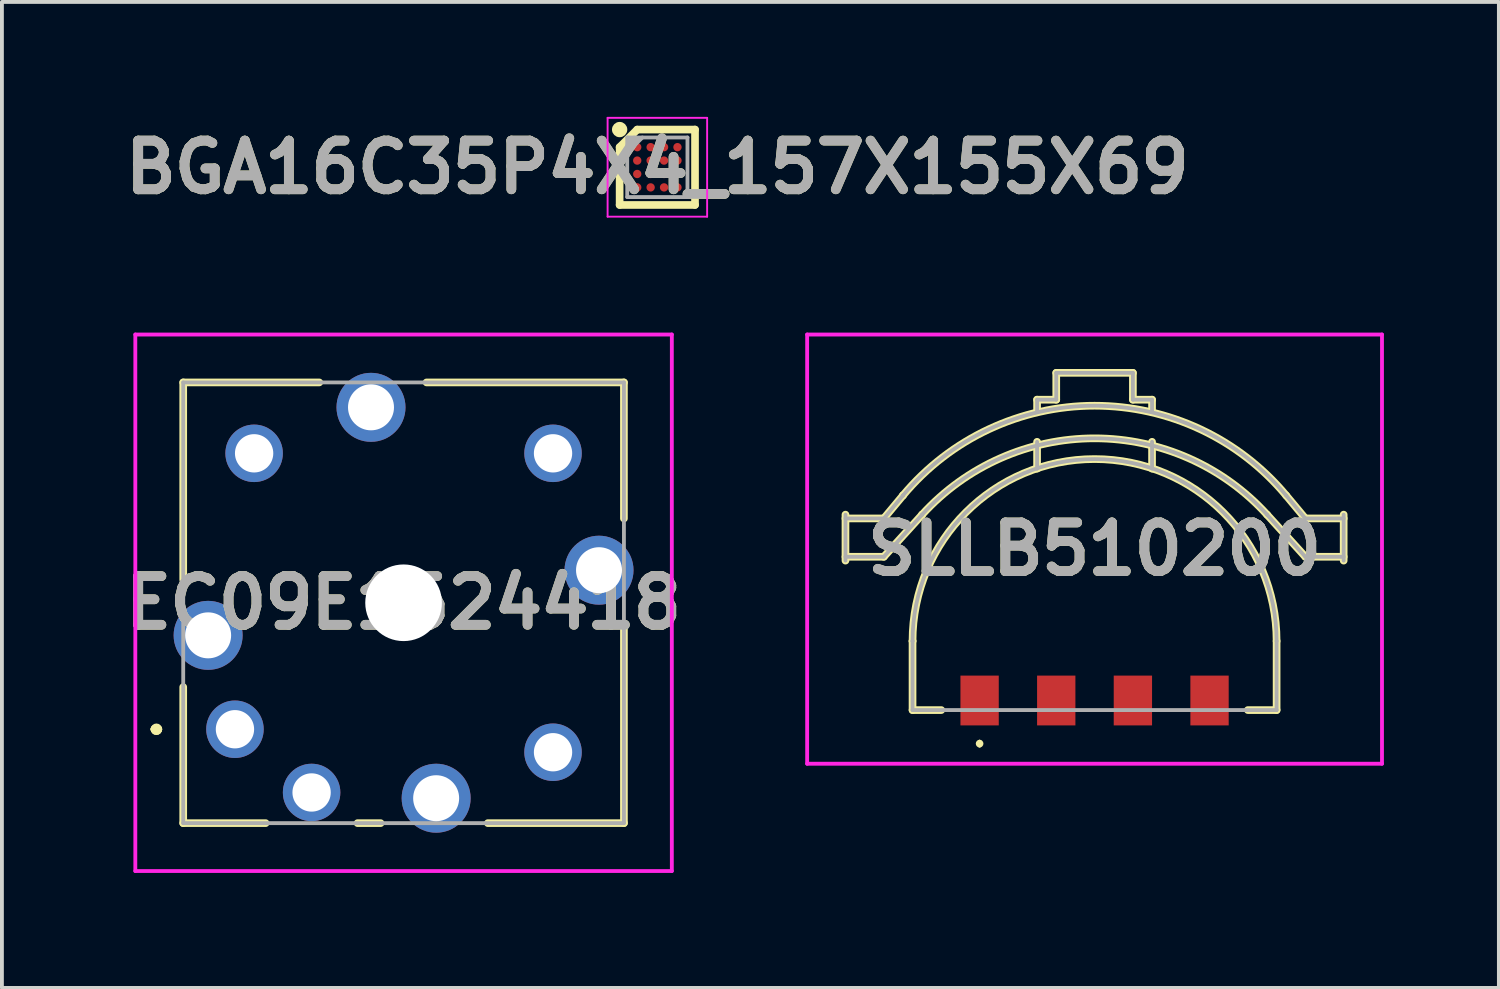
<source format=kicad_pcb>
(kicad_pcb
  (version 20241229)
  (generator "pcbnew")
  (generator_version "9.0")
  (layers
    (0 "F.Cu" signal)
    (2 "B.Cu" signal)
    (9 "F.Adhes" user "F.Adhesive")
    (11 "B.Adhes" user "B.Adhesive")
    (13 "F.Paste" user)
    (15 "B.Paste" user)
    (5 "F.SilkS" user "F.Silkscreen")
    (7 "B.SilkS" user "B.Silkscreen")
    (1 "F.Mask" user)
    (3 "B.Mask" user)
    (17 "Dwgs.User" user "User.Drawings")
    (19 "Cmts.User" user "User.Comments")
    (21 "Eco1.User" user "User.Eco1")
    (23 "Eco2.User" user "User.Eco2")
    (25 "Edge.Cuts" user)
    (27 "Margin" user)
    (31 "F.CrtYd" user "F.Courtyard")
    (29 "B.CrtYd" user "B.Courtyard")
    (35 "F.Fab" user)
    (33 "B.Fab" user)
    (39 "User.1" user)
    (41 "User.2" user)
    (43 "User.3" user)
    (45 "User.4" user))
  (footprint "BGA16C35P4X4_157X155X69"
    (layer "F.Cu")
    (at 14.103 1.315)
    (property "Reference" "BGA16C35P4X4_157X155X69" (at 0 0 0) (layer "F.SilkS") (effects (font (size 1.27 1.27) (thickness 0.254))))
    (attr smd)
    (fp_line (start -0.984 -0.525) (end -0.526 -0.983) (stroke (width 0.2) (type solid)) (layer "F.SilkS"))
    (fp_line (start -0.984 0.983) (end -0.984 -0.525) (stroke (width 0.2) (type solid)) (layer "F.SilkS"))
    (fp_line (start -0.525 -0.984) (end 0.983 -0.984) (stroke (width 0.2) (type solid)) (layer "F.SilkS"))
    (fp_line (start 0.983 -0.984) (end 0.983 0.983) (stroke (width 0.2) (type solid)) (layer "F.SilkS"))
    (fp_line (start 0.983 0.983) (end -0.984 0.983) (stroke (width 0.2) (type solid)) (layer "F.SilkS"))
    (fp_circle (center -0.984 -0.984) (end -0.984 -0.884) (stroke (width 0.2) (type solid)) (fill no) (layer "F.SilkS"))
    (fp_line (start -1.298 -1.29) (end 1.299 -1.29) (stroke (width 0.05) (type solid)) (layer "F.CrtYd"))
    (fp_line (start -1.298 1.289) (end -1.298 -1.29) (stroke (width 0.05) (type solid)) (layer "F.CrtYd"))
    (fp_line (start 1.299 -1.29) (end 1.299 1.289) (stroke (width 0.05) (type solid)) (layer "F.CrtYd"))
    (fp_line (start 1.299 1.289) (end -1.298 1.289) (stroke (width 0.05) (type solid)) (layer "F.CrtYd"))
    (fp_line (start -0.786 -0.777) (end 0.786 -0.777) (stroke (width 0.1) (type solid)) (layer "F.Fab"))
    (fp_line (start -0.786 -0.382) (end -0.391 -0.777) (stroke (width 0.1) (type solid)) (layer "F.Fab"))
    (fp_line (start -0.786 0.777) (end -0.786 -0.777) (stroke (width 0.1) (type solid)) (layer "F.Fab"))
    (fp_line (start 0.786 -0.777) (end 0.786 0.777) (stroke (width 0.1) (type solid)) (layer "F.Fab"))
    (fp_line (start 0.786 0.777) (end -0.786 0.777) (stroke (width 0.1) (type solid)) (layer "F.Fab"))
    (fp_text user "${REFERENCE}" (at 0 0 0) (layer "F.Fab") (effects (font (size 1.27 1.27) (thickness 0.254))))
    (pad "A1" smd circle (at -0.525 -0.525 90) (size 0.217 0.217) (layers "F.Cu" "F.Mask" "F.Paste"))
    (pad "A2" smd circle (at -0.175 -0.525 90) (size 0.217 0.217) (layers "F.Cu" "F.Mask" "F.Paste"))
    (pad "A3" smd circle (at 0.175 -0.525 90) (size 0.217 0.217) (layers "F.Cu" "F.Mask" "F.Paste"))
    (pad "A4" smd circle (at 0.525 -0.525 90) (size 0.217 0.217) (layers "F.Cu" "F.Mask" "F.Paste"))
    (pad "B1" smd circle (at -0.525 -0.175 90) (size 0.217 0.217) (layers "F.Cu" "F.Mask" "F.Paste"))
    (pad "B2" smd circle (at -0.175 -0.175 90) (size 0.217 0.217) (layers "F.Cu" "F.Mask" "F.Paste"))
    (pad "B3" smd circle (at 0.175 -0.175 90) (size 0.217 0.217) (layers "F.Cu" "F.Mask" "F.Paste"))
    (pad "B4" smd circle (at 0.525 -0.175 90) (size 0.217 0.217) (layers "F.Cu" "F.Mask" "F.Paste"))
    (pad "C1" smd circle (at -0.525 0.175 90) (size 0.217 0.217) (layers "F.Cu" "F.Mask" "F.Paste"))
    (pad "C2" smd circle (at -0.175 0.175 90) (size 0.217 0.217) (layers "F.Cu" "F.Mask" "F.Paste"))
    (pad "C3" smd circle (at 0.175 0.175 90) (size 0.217 0.217) (layers "F.Cu" "F.Mask" "F.Paste"))
    (pad "C4" smd circle (at 0.525 0.175 90) (size 0.217 0.217) (layers "F.Cu" "F.Mask" "F.Paste"))
    (pad "D1" smd circle (at -0.525 0.525 90) (size 0.217 0.217) (layers "F.Cu" "F.Mask" "F.Paste"))
    (pad "D2" smd circle (at -0.175 0.525 90) (size 0.217 0.217) (layers "F.Cu" "F.Mask" "F.Paste"))
    (pad "D3" smd circle (at 0.175 0.525 90) (size 0.217 0.217) (layers "F.Cu" "F.Mask" "F.Paste"))
    (pad "D4" smd circle (at 0.525 0.525 90) (size 0.217 0.217) (layers "F.Cu" "F.Mask" "F.Paste")))
  (footprint "EC09E1524418"
    (layer "F.Cu")
    (at 3.081 15.979)
    (property "Reference" "EC09E1524418" (at 4.4 -3.3 0) (layer "F.SilkS") (effects (font (size 1.27 1.27) (thickness 0.254))))
    (attr through_hole)
    (fp_line (start -2.1 0) (end -2.1 0) (stroke (width 0.2) (type solid)) (layer "F.SilkS"))
    (fp_line (start -2.1 0) (end -2.1 0) (stroke (width 0.2) (type solid)) (layer "F.SilkS"))
    (fp_line (start -2 0) (end -2 0) (stroke (width 0.2) (type solid)) (layer "F.SilkS"))
    (fp_line (start -1.35 -9.05) (end 2.2 -9.05) (stroke (width 0.2) (type solid)) (layer "F.SilkS"))
    (fp_line (start -1.35 -3.9) (end -1.35 -9.05) (stroke (width 0.2) (type solid)) (layer "F.SilkS"))
    (fp_line (start -1.35 2.45) (end -1.35 -1.1) (stroke (width 0.2) (type solid)) (layer "F.SilkS"))
    (fp_line (start 0.8 2.45) (end -1.35 2.45) (stroke (width 0.2) (type solid)) (layer "F.SilkS"))
    (fp_line (start 3.8 2.45) (end 3.2 2.45) (stroke (width 0.2) (type solid)) (layer "F.SilkS"))
    (fp_line (start 5 -9.05) (end 10.15 -9.05) (stroke (width 0.2) (type solid)) (layer "F.SilkS"))
    (fp_line (start 10.15 -9.05) (end 10.15 -5.5) (stroke (width 0.2) (type solid)) (layer "F.SilkS"))
    (fp_line (start 10.15 -2.7) (end 10.15 2.45) (stroke (width 0.2) (type solid)) (layer "F.SilkS"))
    (fp_line (start 10.15 2.45) (end 6.6 2.45) (stroke (width 0.2) (type solid)) (layer "F.SilkS"))
    (fp_arc (start -2.1 0) (mid -2.05 -0.05) (end -2 0) (stroke (width 0.2) (type solid)) (layer "F.SilkS"))
    (fp_arc (start -2 0) (mid -2.05 0.05) (end -2.1 0) (stroke (width 0.2) (type solid)) (layer "F.SilkS"))
    (fp_arc (start -2 0) (mid -2.05 0.05) (end -2.1 0) (stroke (width 0.2) (type solid)) (layer "F.SilkS"))
    (fp_line (start -2.6 -10.3) (end 11.4 -10.3) (stroke (width 0.1) (type solid)) (layer "F.CrtYd"))
    (fp_line (start -2.6 3.7) (end -2.6 -10.3) (stroke (width 0.1) (type solid)) (layer "F.CrtYd"))
    (fp_line (start 11.4 -10.3) (end 11.4 3.7) (stroke (width 0.1) (type solid)) (layer "F.CrtYd"))
    (fp_line (start 11.4 3.7) (end -2.6 3.7) (stroke (width 0.1) (type solid)) (layer "F.CrtYd"))
    (fp_line (start -1.35 -9.05) (end -1.35 2.45) (stroke (width 0.1) (type solid)) (layer "F.Fab"))
    (fp_line (start -1.35 2.45) (end 10.15 2.45) (stroke (width 0.1) (type solid)) (layer "F.Fab"))
    (fp_line (start 10.15 -9.05) (end -1.35 -9.05) (stroke (width 0.1) (type solid)) (layer "F.Fab"))
    (fp_line (start 10.15 2.45) (end 10.15 -9.05) (stroke (width 0.1) (type solid)) (layer "F.Fab"))
    (fp_text user "${REFERENCE}" (at 4.4 -3.3 0) (layer "F.Fab") (effects (font (size 1.27 1.27) (thickness 0.254))))
    (pad "" np_thru_hole circle (at 4.4 -3.3) (size 2 2) (drill 2) (layers "*.Cu" "*.Mask"))
    (pad "A1" thru_hole circle (at 0 0) (size 1.5 1.5) (drill 1) (layers "*.Cu" "*.Mask"))
    (pad "B1" thru_hole circle (at 8.3 -7.2) (size 1.5 1.5) (drill 1) (layers "*.Cu" "*.Mask"))
    (pad "C1" thru_hole circle (at 8.3 0.6) (size 1.5 1.5) (drill 1) (layers "*.Cu" "*.Mask"))
    (pad "D1" thru_hole circle (at 0.5 -7.2) (size 1.5 1.5) (drill 1) (layers "*.Cu" "*.Mask"))
    (pad "E1" thru_hole circle (at 2 1.65) (size 1.5 1.5) (drill 1) (layers "*.Cu" "*.Mask"))
    (pad "MH1" thru_hole circle (at -0.7 -2.45) (size 1.8 1.8) (drill 1.2) (layers "*.Cu" "*.Mask"))
    (pad "MH2" thru_hole circle (at 5.25 1.8) (size 1.8 1.8) (drill 1.2) (layers "*.Cu" "*.Mask"))
    (pad "MH3" thru_hole circle (at 9.5 -4.15) (size 1.8 1.8) (drill 1.2) (layers "*.Cu" "*.Mask"))
    (pad "MH4" thru_hole circle (at 3.55 -8.4) (size 1.8 1.8) (drill 1.2) (layers "*.Cu" "*.Mask")))
  (footprint "SLLB510200"
    (layer "F.Cu")
    (at 25.512 11.279)
    (property "Reference" "SLLB510200" (at 0 0 0) (layer "F.SilkS") (effects (font (size 1.27 1.27) (thickness 0.254))))
    (attr smd)
    (fp_line (start -6.5 -0.9) (end -6.5 0.3) (stroke (width 0.2) (type solid)) (layer "F.SilkS"))
    (fp_line (start -6.5 -0.8) (end -5.5 -0.8) (stroke (width 0.2) (type solid)) (layer "F.SilkS"))
    (fp_line (start -6.5 0.2) (end -5.5 0.2) (stroke (width 0.2) (type solid)) (layer "F.SilkS"))
    (fp_line (start -5.5 -0.8) (end -5 -1.4) (stroke (width 0.2) (type solid)) (layer "F.SilkS"))
    (fp_line (start -5.5 0.2) (end -4.5 -0.9) (stroke (width 0.2) (type solid)) (layer "F.SilkS"))
    (fp_line (start -5 -1.4) (end -5 -1.4) (stroke (width 0.2) (type solid)) (layer "F.SilkS"))
    (fp_line (start -4.75 2.4) (end -4.75 2.4) (stroke (width 0.2) (type solid)) (layer "F.SilkS"))
    (fp_line (start -4.75 4.2) (end -4.75 2.4) (stroke (width 0.2) (type solid)) (layer "F.SilkS"))
    (fp_line (start -4.5 -0.9) (end -4.5 -0.9) (stroke (width 0.2) (type solid)) (layer "F.SilkS"))
    (fp_line (start -4 4.2) (end -4.75 4.2) (stroke (width 0.2) (type solid)) (layer "F.SilkS"))
    (fp_line (start -3 5.025) (end -3 5.025) (stroke (width 0.1) (type solid)) (layer "F.SilkS"))
    (fp_line (start -3 5.125) (end -3 5.125) (stroke (width 0.1) (type solid)) (layer "F.SilkS"))
    (fp_line (start -1.5 -3.9) (end -1 -3.9) (stroke (width 0.2) (type solid)) (layer "F.SilkS"))
    (fp_line (start -1.5 -3.6) (end -1.5 -3.9) (stroke (width 0.2) (type solid)) (layer "F.SilkS"))
    (fp_line (start -1.5 -2.8) (end -1.5 -2.1) (stroke (width 0.2) (type solid)) (layer "F.SilkS"))
    (fp_line (start -1 -4.6) (end 1 -4.6) (stroke (width 0.2) (type solid)) (layer "F.SilkS"))
    (fp_line (start -1 -3.9) (end -1 -4.6) (stroke (width 0.2) (type solid)) (layer "F.SilkS"))
    (fp_line (start 1 -4.6) (end 1 -3.9) (stroke (width 0.2) (type solid)) (layer "F.SilkS"))
    (fp_line (start 1 -3.9) (end 1.5 -3.9) (stroke (width 0.2) (type solid)) (layer "F.SilkS"))
    (fp_line (start 1.5 -3.9) (end 1.5 -3.6) (stroke (width 0.2) (type solid)) (layer "F.SilkS"))
    (fp_line (start 1.5 -2.8) (end 1.5 -2.1) (stroke (width 0.2) (type solid)) (layer "F.SilkS"))
    (fp_line (start 4.5 -0.9) (end 5.5 0.2) (stroke (width 0.2) (type solid)) (layer "F.SilkS"))
    (fp_line (start 4.75 2.4) (end 4.75 4.2) (stroke (width 0.2) (type solid)) (layer "F.SilkS"))
    (fp_line (start 4.75 4.2) (end 4 4.2) (stroke (width 0.2) (type solid)) (layer "F.SilkS"))
    (fp_line (start 5 -1.4) (end 5.5 -0.8) (stroke (width 0.2) (type solid)) (layer "F.SilkS"))
    (fp_line (start 5.5 -0.8) (end 6.5 -0.8) (stroke (width 0.2) (type solid)) (layer "F.SilkS"))
    (fp_line (start 5.5 0.2) (end 6.5 0.2) (stroke (width 0.2) (type solid)) (layer "F.SilkS"))
    (fp_line (start 6.5 -0.9) (end 6.5 0.3) (stroke (width 0.2) (type solid)) (layer "F.SilkS"))
    (fp_arc (start -5 -1.4) (mid 0.000505 -3.741935) (end 5.000646 -1.399224) (stroke (width 0.2) (type solid)) (layer "F.SilkS"))
    (fp_arc (start -4.75 2.4) (mid 0 -2.35) (end 4.75 2.4) (stroke (width 0.2) (type solid)) (layer "F.SilkS"))
    (fp_arc (start -4.5 -0.9) (mid 0.002212 -2.890798) (end 4.502974 -0.896726) (stroke (width 0.2) (type solid)) (layer "F.SilkS"))
    (fp_arc (start -3 5.025) (mid -2.95 5.075) (end -3 5.125) (stroke (width 0.1) (type solid)) (layer "F.SilkS"))
    (fp_arc (start -3 5.125) (mid -3.05 5.075) (end -3 5.025) (stroke (width 0.1) (type solid)) (layer "F.SilkS"))
    (fp_line (start -7.5 -5.6) (end 7.5 -5.6) (stroke (width 0.1) (type solid)) (layer "F.CrtYd"))
    (fp_line (start -7.5 5.6) (end -7.5 -5.6) (stroke (width 0.1) (type solid)) (layer "F.CrtYd"))
    (fp_line (start 7.5 -5.6) (end 7.5 5.6) (stroke (width 0.1) (type solid)) (layer "F.CrtYd"))
    (fp_line (start 7.5 5.6) (end -7.5 5.6) (stroke (width 0.1) (type solid)) (layer "F.CrtYd"))
    (fp_line (start -6.5 -0.9) (end -6.5 0.3) (stroke (width 0.1) (type solid)) (layer "F.Fab"))
    (fp_line (start -6.5 -0.8) (end -5.5 -0.8) (stroke (width 0.1) (type solid)) (layer "F.Fab"))
    (fp_line (start -6.5 0.2) (end -5.5 0.2) (stroke (width 0.1) (type solid)) (layer "F.Fab"))
    (fp_line (start -5.5 -0.8) (end -5 -1.4) (stroke (width 0.1) (type solid)) (layer "F.Fab"))
    (fp_line (start -5.5 0.2) (end -4.5 -0.9) (stroke (width 0.1) (type solid)) (layer "F.Fab"))
    (fp_line (start -5 -1.4) (end -5 -1.4) (stroke (width 0.1) (type solid)) (layer "F.Fab"))
    (fp_line (start -4.75 2.4) (end -4.75 2.4) (stroke (width 0.1) (type solid)) (layer "F.Fab"))
    (fp_line (start -4.75 4.2) (end -4.75 2.4) (stroke (width 0.1) (type solid)) (layer "F.Fab"))
    (fp_line (start -4.5 -0.9) (end -4.5 -0.9) (stroke (width 0.1) (type solid)) (layer "F.Fab"))
    (fp_line (start -1.5 -3.9) (end -1 -3.9) (stroke (width 0.1) (type solid)) (layer "F.Fab"))
    (fp_line (start -1.5 -3.6) (end -1.5 -3.9) (stroke (width 0.1) (type solid)) (layer "F.Fab"))
    (fp_line (start -1.5 -2.8) (end -1.5 -2.1) (stroke (width 0.1) (type solid)) (layer "F.Fab"))
    (fp_line (start -1 -4.6) (end 1 -4.6) (stroke (width 0.1) (type solid)) (layer "F.Fab"))
    (fp_line (start -1 -3.9) (end -1 -4.6) (stroke (width 0.1) (type solid)) (layer "F.Fab"))
    (fp_line (start 1 -4.6) (end 1 -3.9) (stroke (width 0.1) (type solid)) (layer "F.Fab"))
    (fp_line (start 1 -3.9) (end 1.5 -3.9) (stroke (width 0.1) (type solid)) (layer "F.Fab"))
    (fp_line (start 1.5 -3.9) (end 1.5 -3.6) (stroke (width 0.1) (type solid)) (layer "F.Fab"))
    (fp_line (start 1.5 -2.8) (end 1.5 -2.1) (stroke (width 0.1) (type solid)) (layer "F.Fab"))
    (fp_line (start 4.5 -0.9) (end 5.5 0.2) (stroke (width 0.1) (type solid)) (layer "F.Fab"))
    (fp_line (start 4.75 2.4) (end 4.75 4.2) (stroke (width 0.1) (type solid)) (layer "F.Fab"))
    (fp_line (start 4.75 4.2) (end -4.75 4.2) (stroke (width 0.1) (type solid)) (layer "F.Fab"))
    (fp_line (start 5 -1.4) (end 5.5 -0.8) (stroke (width 0.1) (type solid)) (layer "F.Fab"))
    (fp_line (start 5.5 -0.8) (end 6.5 -0.8) (stroke (width 0.1) (type solid)) (layer "F.Fab"))
    (fp_line (start 5.5 0.2) (end 6.5 0.2) (stroke (width 0.1) (type solid)) (layer "F.Fab"))
    (fp_line (start 6.5 -0.9) (end 6.5 0.3) (stroke (width 0.1) (type solid)) (layer "F.Fab"))
    (fp_arc (start -5 -1.4) (mid 0.000505 -3.741935) (end 5.000646 -1.399224) (stroke (width 0.1) (type solid)) (layer "F.Fab"))
    (fp_arc (start -4.75 2.4) (mid 0 -2.35) (end 4.75 2.4) (stroke (width 0.1) (type solid)) (layer "F.Fab"))
    (fp_arc (start -4.5 -0.9) (mid 0.002212 -2.890798) (end 4.502974 -0.896726) (stroke (width 0.1) (type solid)) (layer "F.Fab"))
    (fp_text user "${REFERENCE}" (at 0 0 0) (layer "F.Fab") (effects (font (size 1.27 1.27) (thickness 0.254))))
    (pad "1" smd rect (at -3 3.95) (size 1 1.3) (layers "F.Cu" "F.Mask" "F.Paste"))
    (pad "2" smd rect (at 3 3.95) (size 1 1.3) (layers "F.Cu" "F.Mask" "F.Paste"))
    (pad "C1" smd rect (at -1 3.95) (size 1 1.3) (layers "F.Cu" "F.Mask" "F.Paste"))
    (pad "T1" smd rect (at 1 3.95) (size 1 1.3) (layers "F.Cu" "F.Mask" "F.Paste")))
  (gr_rect
    (start -3 -3)
    (end 36.062 22.729)
    (stroke (width 0.1) (type default))
    (fill no)
    (layer "Edge.Cuts")))
</source>
